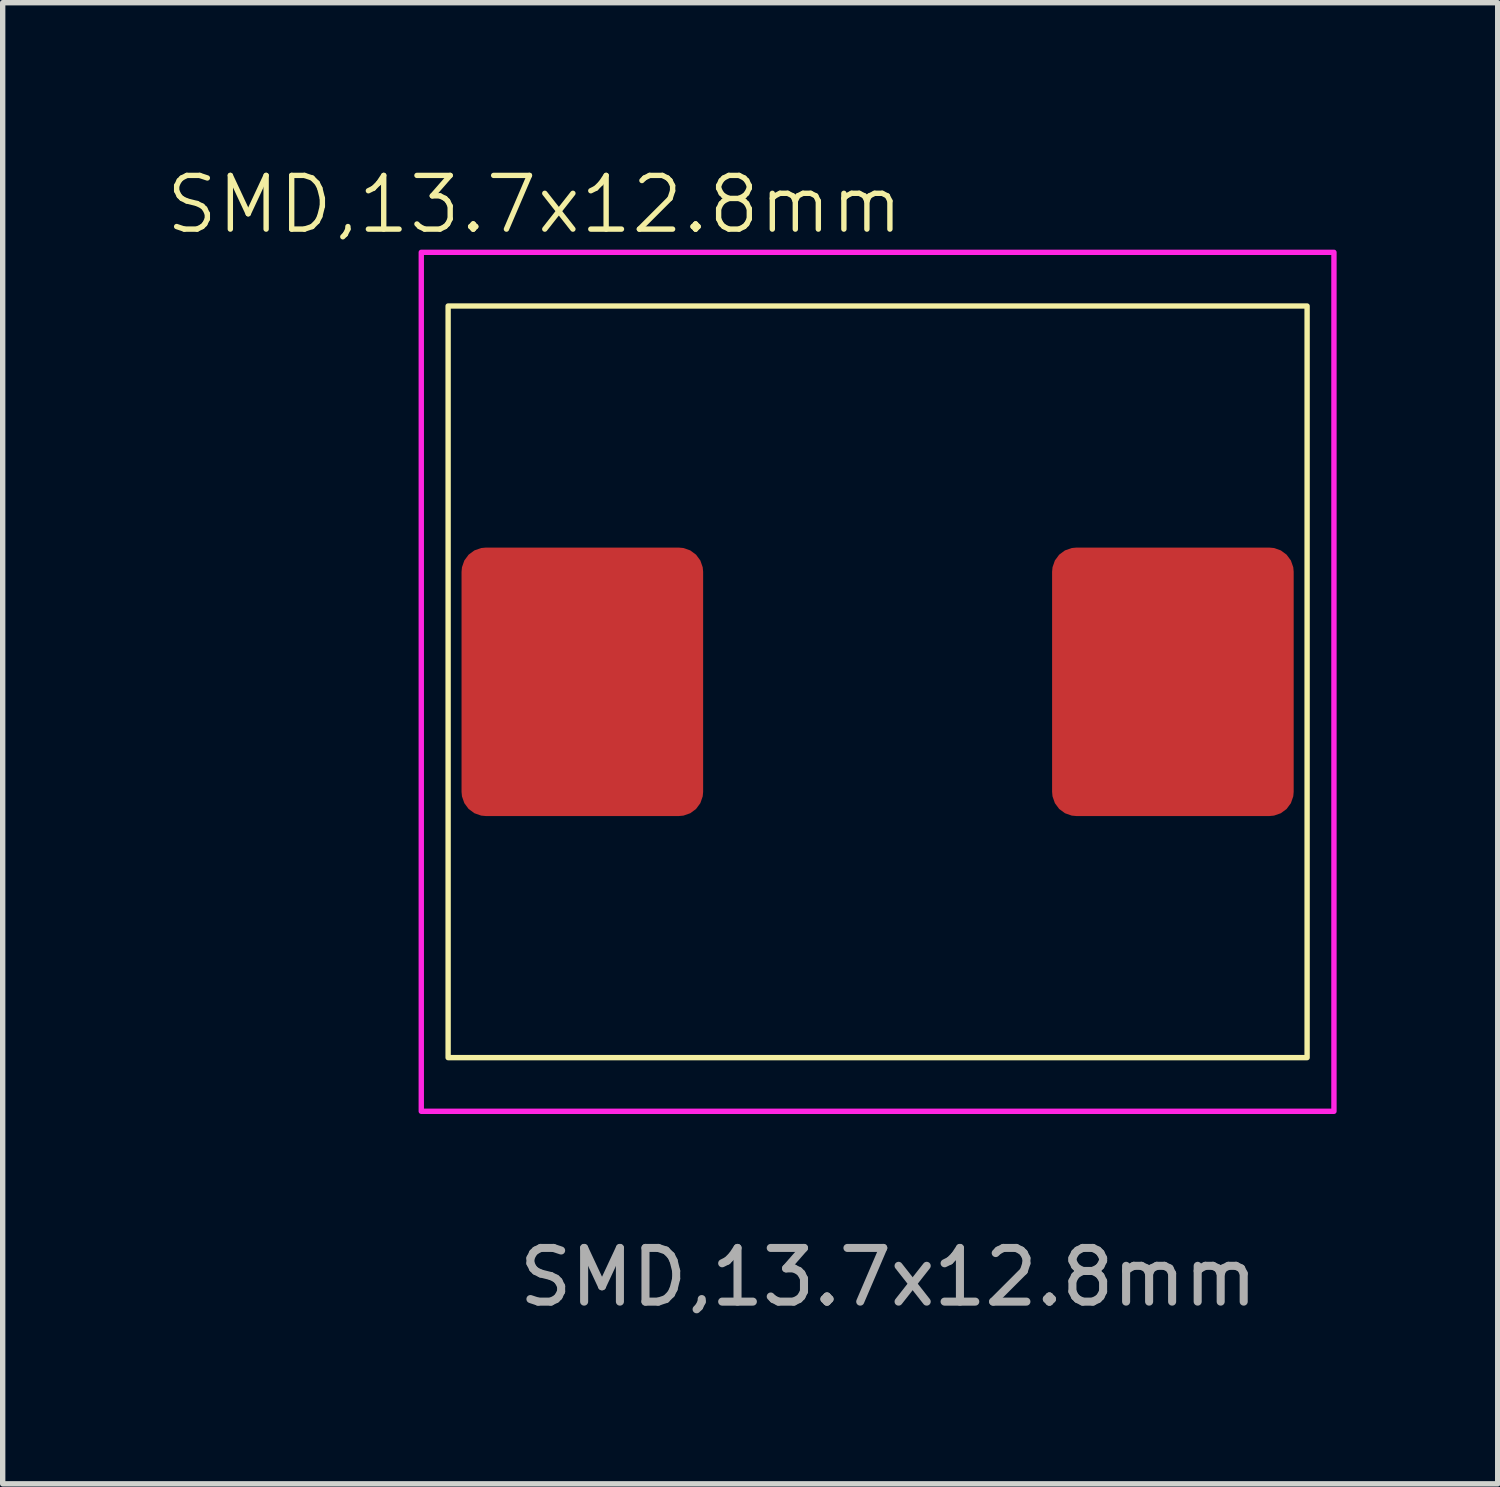
<source format=kicad_pcb>
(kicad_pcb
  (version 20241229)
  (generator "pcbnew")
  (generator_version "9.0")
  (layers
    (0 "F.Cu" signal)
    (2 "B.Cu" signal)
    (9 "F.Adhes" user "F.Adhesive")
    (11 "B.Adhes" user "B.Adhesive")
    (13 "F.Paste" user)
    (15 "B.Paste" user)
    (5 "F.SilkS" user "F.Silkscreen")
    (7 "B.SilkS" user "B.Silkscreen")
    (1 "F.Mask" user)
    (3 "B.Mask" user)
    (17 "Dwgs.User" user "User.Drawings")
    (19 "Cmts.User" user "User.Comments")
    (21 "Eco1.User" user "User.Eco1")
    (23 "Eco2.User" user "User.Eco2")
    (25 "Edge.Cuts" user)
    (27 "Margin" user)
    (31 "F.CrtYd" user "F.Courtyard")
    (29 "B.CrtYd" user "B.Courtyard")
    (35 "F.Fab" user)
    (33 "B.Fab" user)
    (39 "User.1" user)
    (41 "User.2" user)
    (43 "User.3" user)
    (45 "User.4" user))
  (footprint "SMD,13.7x12.8mm"
    (layer "F.Cu")
    (at 7.797 9.65)
    (property "Reference" "SMD,13.7x12.8mm" (at -0.89 -8.89 0) (unlocked yes) (layer "F.SilkS") (effects (font (size 1 1) (thickness 0.1))))
    (attr smd)
    (fp_rect (start -2.5 -7) (end 13.5 7) (stroke (width 0.1) (type default)) (fill no) (layer "F.SilkS"))
    (fp_rect (start -3 -8) (end 14 8) (stroke (width 0.1) (type default)) (fill no) (layer "F.CrtYd"))
    (fp_text user "${REFERENCE}" (at 5.7 11.09 0) (unlocked yes) (layer "F.Fab") (effects (font (size 1 1) (thickness 0.15))))
    (pad "1" smd roundrect (at 0 0) (size 4.5 5) (layers "F.Cu" "F.Mask" "F.Paste") (roundrect_rratio 0.1))
    (pad "2" smd roundrect (at 11 0) (size 4.5 5) (layers "F.Cu" "F.Mask" "F.Paste") (roundrect_rratio 0.1)))
  (gr_rect
    (start -3 -3)
    (end 24.847 24.589)
    (stroke (width 0.1) (type default))
    (fill no)
    (layer "Edge.Cuts")))
</source>
